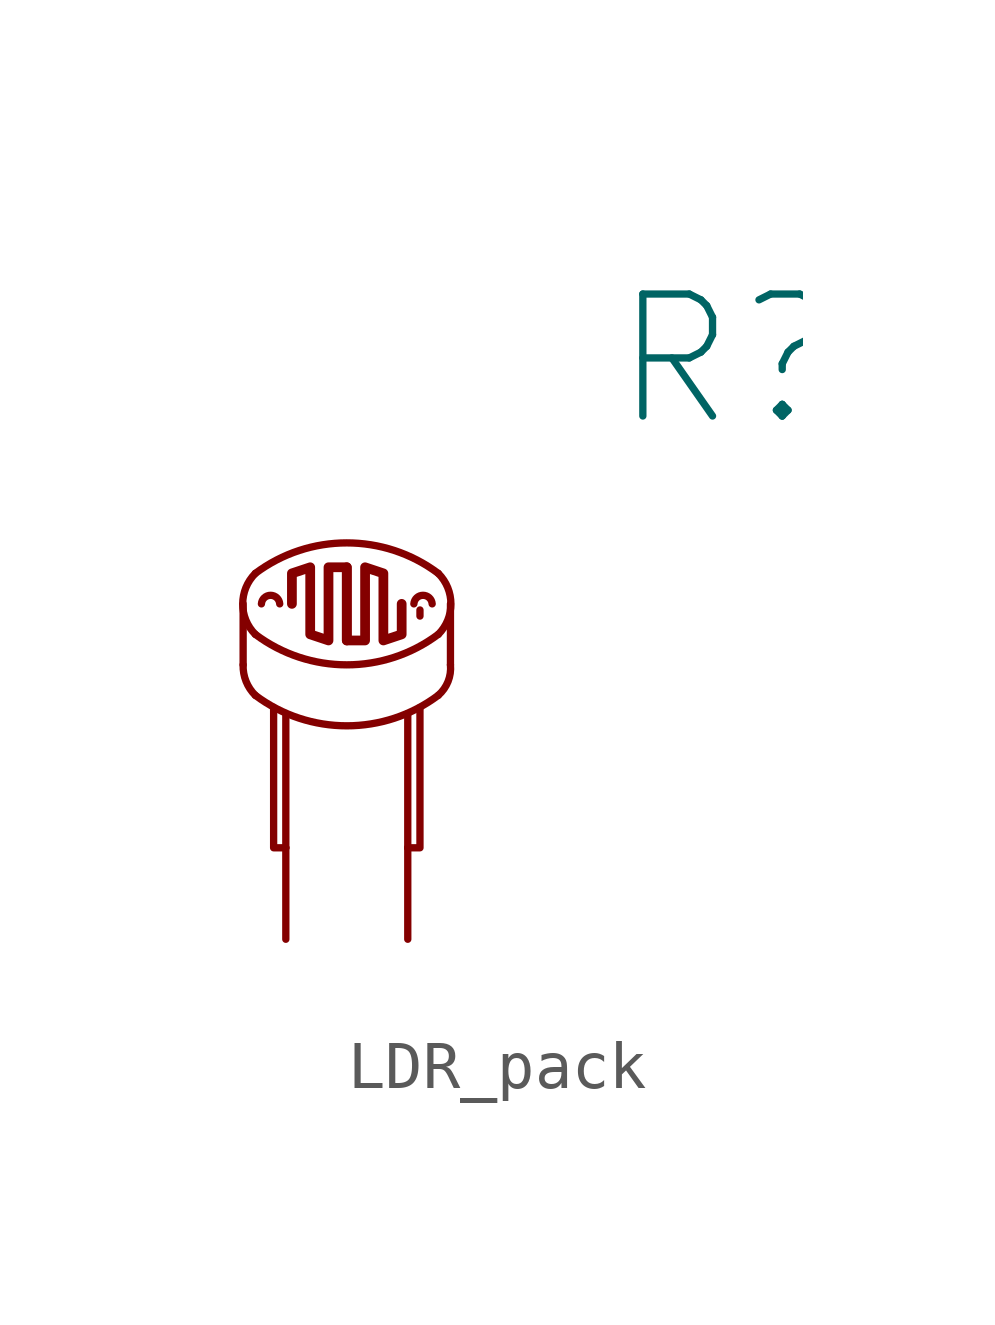
<source format=kicad_sym>
(kicad_symbol_lib
  (version 20220914)
  (generator kicad_symbol_editor)
  (symbol "LDR_pack"
    (pin_names
      (offset 1.016))
    (property "Reference" "R"
      (at 6.731 12.065 0)
      (effects (font (size 2.54 2.54)) (justify left)))
    (symbol "LDR_pack_0_0"
      (arc (start -0.889 5.715) (mid -0.8284 5.3707) (end -0.635 5.08) (stroke (width 0) (type default)) (fill (type none)))
      (arc (start -0.635 5.08) (mid 1.27 4.445) (end 3.175 5.08) (stroke (width 0) (type default)) (fill (type none)))
      (arc (start -0.635 6.35) (mid 1.27 5.715) (end 3.175 6.35) (stroke (width 0) (type default)) (fill (type none)))
      (arc (start -0.635 7.62) (mid -0.898 6.985) (end -0.635 6.35) (stroke (width 0) (type default)) (fill (type none)))
      (arc (start -0.127 6.985) (mid -0.3048 7.1628) (end -0.508 6.985) (stroke (width 0) (type default)) (fill (type none)))
      (polyline (pts (xy -0.889 5.715) (xy -0.889 6.985)) (stroke (width 0) (type default)) (fill (type none)))
      (polyline (pts (xy 0 4.699) (xy 0 1.905)) (stroke (width 0) (type default)) (fill (type none)))
      (polyline (pts (xy 2.54 1.905) (xy 2.54 4.699)) (stroke (width 0) (type default)) (fill (type none)))
      (polyline (pts (xy 2.794 6.731) (xy 2.794 6.858)) (stroke (width 0) (type default)) (fill (type none)))
      (polyline (pts (xy 3.429 5.715) (xy 3.429 6.985)) (stroke (width 0) (type default)) (fill (type none)))
      (polyline (pts (xy 0 1.905) (xy -0.254 1.905) (xy -0.254 4.826)) (stroke (width 0) (type default)) (fill (type none)))
      (polyline (pts (xy 2.54 1.905) (xy 2.794 1.905) (xy 2.794 4.826)) (stroke (width 0) (type default)) (fill (type none)))
      (arc (start 3.048 6.985) (mid 2.8702 7.1628) (end 2.667 6.985) (stroke (width 0) (type default)) (fill (type none)))
      (arc (start 3.175 5.08) (mid 3.3787 5.3665) (end 3.429 5.715) (stroke (width 0) (type default)) (fill (type none)))
      (arc (start 3.175 6.35) (mid 3.438 6.985) (end 3.175 7.62) (stroke (width 0) (type default)) (fill (type none)))
      (arc (start 3.175 7.62) (mid 1.27 8.255) (end -0.635 7.62) (stroke (width 0) (type default)) (fill (type none))))
    (symbol "LDR_pack_0_1"
      (polyline (pts (xy 0.127 6.985) (xy 0.127 7.62) (xy 0.508 7.747) (xy 0.508 6.35) (xy 0.889 6.223) (xy 0.889 7.747) (xy 1.27 7.747) (xy 1.27 6.223)) (stroke (width 0.203) (type default)) (fill (type none)))
      (polyline (pts (xy 2.413 6.985) (xy 2.413 6.35) (xy 2.032 6.223) (xy 2.032 7.62) (xy 1.651 7.747) (xy 1.651 6.223) (xy 1.27 6.223) (xy 1.27 7.747)) (stroke (width 0.203) (type default)) (fill (type none))))
    (symbol "LDR_pack_1_1"
      (pin input line (at 0 0 90) (length 1.905) (name "" (effects (font (size 1.27 1.27)))) (number "" (effects (font (size 1.143 1.143)))))
      (pin input line (at 2.54 0 90) (length 1.905) (name "" (effects (font (size 1.27 1.27)))) (number "" (effects (font (size 1.143 1.143))))))))
</source>
